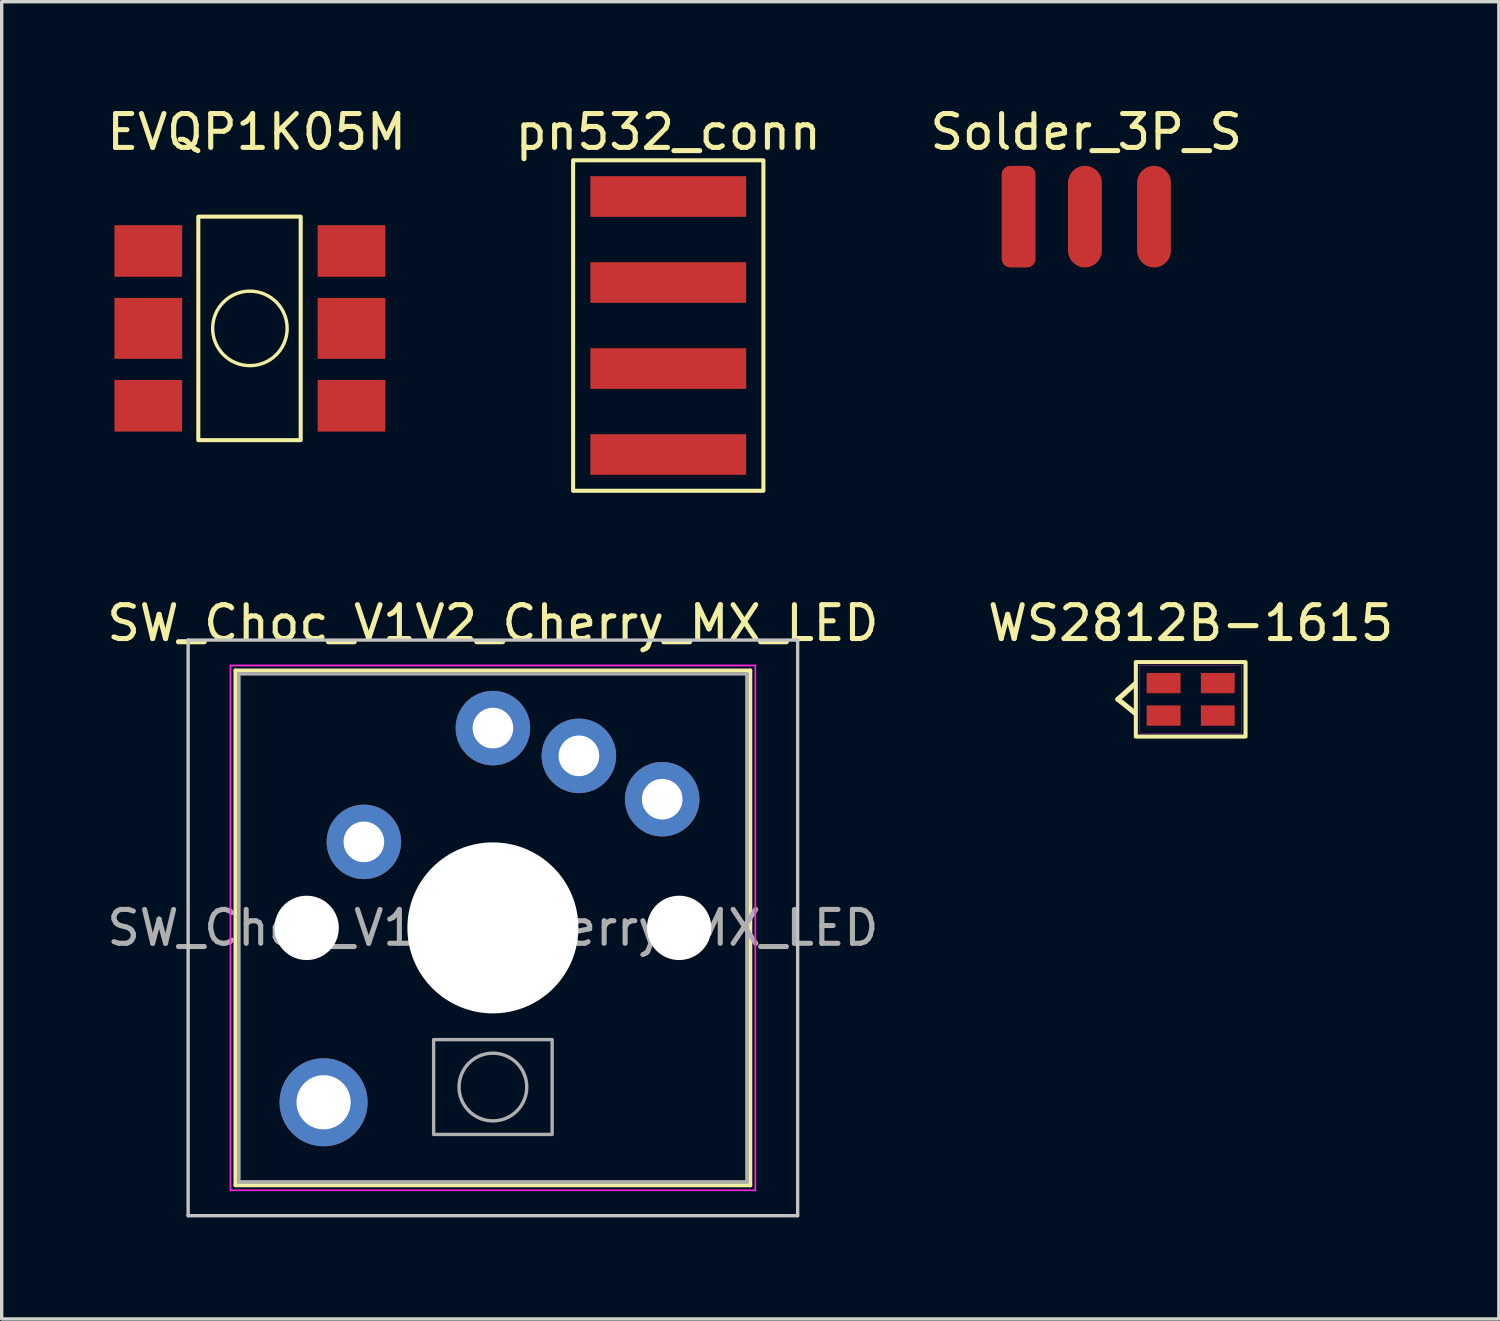
<source format=kicad_pcb>
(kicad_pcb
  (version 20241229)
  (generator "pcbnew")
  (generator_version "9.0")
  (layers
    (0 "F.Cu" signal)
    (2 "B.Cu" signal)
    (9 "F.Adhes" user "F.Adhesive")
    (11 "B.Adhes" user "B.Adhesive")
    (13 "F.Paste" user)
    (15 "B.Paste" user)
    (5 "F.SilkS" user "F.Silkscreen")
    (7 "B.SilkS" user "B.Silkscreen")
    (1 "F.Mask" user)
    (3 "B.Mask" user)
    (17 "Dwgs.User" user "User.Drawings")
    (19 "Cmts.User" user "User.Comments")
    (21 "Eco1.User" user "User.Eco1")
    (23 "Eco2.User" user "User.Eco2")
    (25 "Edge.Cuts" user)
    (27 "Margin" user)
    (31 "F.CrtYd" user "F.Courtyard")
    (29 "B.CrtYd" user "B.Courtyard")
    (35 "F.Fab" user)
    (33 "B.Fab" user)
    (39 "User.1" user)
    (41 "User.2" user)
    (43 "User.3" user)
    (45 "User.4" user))
  (footprint "SW_Choc_V1V2_Cherry_MX_LED"
    (layer "F.Cu")
    (at 11.506 24.352)
    (property "Reference" "SW_Choc_V1V2_Cherry_MX_LED" (at 0 -9 0) (layer "F.SilkS") (effects (font (size 1 1) (thickness 0.15))))
    (attr through_hole)
    (fp_line (start -7.6 -7.6) (end -7.6 7.6) (stroke (width 0.12) (type solid)) (layer "F.SilkS"))
    (fp_line (start -7.6 7.6) (end 7.6 7.6) (stroke (width 0.12) (type solid)) (layer "F.SilkS"))
    (fp_line (start 7.6 -7.6) (end -7.6 -7.6) (stroke (width 0.12) (type solid)) (layer "F.SilkS"))
    (fp_line (start 7.6 7.6) (end 7.6 -7.6) (stroke (width 0.12) (type solid)) (layer "F.SilkS"))
    (fp_line (start -9 -8.5) (end -9 8.5) (stroke (width 0.1) (type solid)) (layer "Dwgs.User"))
    (fp_line (start -9 8.5) (end 9 8.5) (stroke (width 0.1) (type solid)) (layer "Dwgs.User"))
    (fp_line (start 9 -8.5) (end -9 -8.5) (stroke (width 0.1) (type solid)) (layer "Dwgs.User"))
    (fp_line (start 9 8.5) (end 9 -8.5) (stroke (width 0.1) (type solid)) (layer "Dwgs.User"))
    (fp_line (start -7.25 -7.25) (end -7.25 7.25) (stroke (width 0.1) (type solid)) (layer "Eco1.User"))
    (fp_line (start -7.25 7.25) (end 7.25 7.25) (stroke (width 0.1) (type solid)) (layer "Eco1.User"))
    (fp_line (start 7.25 -7.25) (end -7.25 -7.25) (stroke (width 0.1) (type solid)) (layer "Eco1.User"))
    (fp_line (start 7.25 7.25) (end 7.25 -7.25) (stroke (width 0.1) (type solid)) (layer "Eco1.User"))
    (fp_line (start -7.75 -7.75) (end -7.75 7.75) (stroke (width 0.05) (type solid)) (layer "F.CrtYd"))
    (fp_line (start -7.75 7.75) (end 7.75 7.75) (stroke (width 0.05) (type solid)) (layer "F.CrtYd"))
    (fp_line (start 7.75 -7.75) (end -7.75 -7.75) (stroke (width 0.05) (type solid)) (layer "F.CrtYd"))
    (fp_line (start 7.75 7.75) (end 7.75 -7.75) (stroke (width 0.05) (type solid)) (layer "F.CrtYd"))
    (fp_line (start -7.5 -7.5) (end -7.5 7.5) (stroke (width 0.1) (type solid)) (layer "F.Fab"))
    (fp_line (start -7.5 7.5) (end 7.5 7.5) (stroke (width 0.1) (type solid)) (layer "F.Fab"))
    (fp_line (start 7.5 -7.5) (end -7.5 -7.5) (stroke (width 0.1) (type solid)) (layer "F.Fab"))
    (fp_line (start 7.5 7.5) (end 7.5 -7.5) (stroke (width 0.1) (type solid)) (layer "F.Fab"))
    (fp_rect (start -1.75 3.3) (end 1.75 6.1) (stroke (width 0.1) (type solid)) (fill no) (layer "F.Fab"))
    (fp_circle (center 0 4.7) (end 1 4.7) (stroke (width 0.1) (type solid)) (fill no) (layer "F.Fab"))
    (fp_text user "${REFERENCE}" (at 0 0 0) (layer "F.Fab") (effects (font (size 1 1) (thickness 0.15))))
    (pad "" np_thru_hole circle (at -5.5 0) (size 1.9 1.9) (drill 1.9) (layers "*.Cu" "*.Mask"))
    (pad "" smd circle (at -5 5.15) (size 1.65 1.65) (layers "F.Mask"))
    (pad "" thru_hole circle (at -5 5.15) (size 2.6 2.6) (drill 1.6) (layers "*.Cu" "B.Mask"))
    (pad "" smd circle (at 0 -5.9) (size 1.25 1.25) (layers "F.Mask"))
    (pad "" np_thru_hole circle (at 0 0) (size 5.05 5.05) (drill 5.05) (layers "*.Cu" "*.Mask"))
    (pad "" smd circle (at 5 -3.8) (size 1.25 1.25) (layers "F.Mask"))
    (pad "" np_thru_hole circle (at 5.5 0) (size 1.9 1.9) (drill 1.9) (layers "*.Cu" "*.Mask"))
    (pad "1" thru_hole circle (at -3.81 -2.54) (size 2.2 2.2) (drill 1.2) (layers "*.Cu" "B.Mask"))
    (pad "1" thru_hole circle (at 0 -5.9) (size 2.2 2.2) (drill 1.2) (layers "*.Cu" "B.Mask"))
    (pad "2" thru_hole circle (at 2.54 -5.08) (size 2.2 2.2) (drill 1.2) (layers "*.Cu" "B.Mask"))
    (pad "2" thru_hole circle (at 5 -3.8) (size 2.2 2.2) (drill 1.2) (layers "*.Cu" "B.Mask")))
  (footprint "pn532_conn"
    (layer "F.Cu")
    (at 16.685 6.563)
    (property "Reference" "pn532_conn" (at 0 -5.715 0) (layer "F.SilkS") (effects (font (size 1 1) (thickness 0.15))))
    (attr smd)
    (fp_rect (start -2.81 -4.88) (end 2.81 4.88) (stroke (width 0.12) (type solid)) (fill no) (layer "F.SilkS"))
    (pad "1" smd rect (at 0 -3.81) (size 4.6 1.2) (layers "F.Cu" "F.Mask" "F.Paste"))
    (pad "2" smd rect (at 0 -1.27) (size 4.6 1.2) (layers "F.Cu" "F.Mask" "F.Paste"))
    (pad "3" smd rect (at 0 1.27) (size 4.6 1.2) (layers "F.Cu" "F.Mask" "F.Paste"))
    (pad "4" smd rect (at 0 3.81) (size 4.6 1.2) (layers "F.Cu" "F.Mask" "F.Paste")))
  (footprint "Solder_3P_S"
    (layer "F.Cu")
    (at 29.03 3.348)
    (property "Reference" "Solder_3P_S" (at 0 -2.5 0) (layer "F.SilkS") (effects (font (size 1 1) (thickness 0.15))))
    (attr smd)
    (pad "1" smd roundrect (at -2 0 90) (size 3 1) (layers "F.Cu" "F.Mask" "F.Paste") (roundrect_rratio 0.25))
    (pad "2" smd oval (at -0.04 0 90) (size 3 1) (layers "F.Cu" "F.Mask" "F.Paste"))
    (pad "3" smd oval (at 2 0 90) (size 3 1) (layers "F.Cu" "F.Mask" "F.Paste")))
  (footprint "WS2812B-1615"
    (layer "F.Cu")
    (at 32.113 17.602)
    (property "Reference" "WS2812B-1615" (at 0 -2.25 0) (layer "F.SilkS") (effects (font (size 1 1) (thickness 0.15))))
    (attr smd)
    (fp_line (start -2.15 0) (end -1.65 -0.45) (stroke (width 0.15) (type solid)) (layer "F.SilkS"))
    (fp_line (start -2.15 0) (end -1.65 0.4) (stroke (width 0.15) (type solid)) (layer "F.SilkS"))
    (fp_rect (start -1.62 -1.1) (end 1.62 1.1) (stroke (width 0.12) (type solid)) (fill no) (layer "F.SilkS"))
    (fp_line (start -1.5 -1) (end 1.5 -1) (stroke (width 0.01) (type solid)) (layer "F.CrtYd"))
    (fp_line (start -1.5 1) (end -1.5 -1) (stroke (width 0.01) (type solid)) (layer "F.CrtYd"))
    (fp_line (start 1.5 -1) (end 1.5 1) (stroke (width 0.01) (type solid)) (layer "F.CrtYd"))
    (fp_line (start 1.5 1) (end -1.5 1) (stroke (width 0.01) (type solid)) (layer "F.CrtYd"))
    (pad "G" smd rect (at -0.8 0.48) (size 1 0.6) (layers "F.Cu" "F.Mask" "F.Paste"))
    (pad "I" smd rect (at 0.8 0.48) (size 1 0.6) (layers "F.Cu" "F.Mask" "F.Paste"))
    (pad "O" smd rect (at -0.8 -0.48) (size 1 0.6) (layers "F.Cu" "F.Mask" "F.Paste"))
    (pad "V" smd rect (at 0.8 -0.48) (size 1 0.6) (layers "F.Cu" "F.Mask" "F.Paste")))
  (footprint "EVQP1K05M"
    (layer "F.Cu")
    (at 4.33 6.648)
    (property "Reference" "EVQP1K05M" (at 0.2 -5.8 0) (layer "F.SilkS") (effects (font (size 1 1) (thickness 0.15))))
    (attr smd)
    (fp_rect (start -1.524 -3.3) (end 1.5 3.3) (stroke (width 0.12) (type solid)) (fill no) (layer "F.SilkS"))
    (fp_circle (center 0 0) (end 1.1 0) (stroke (width 0.1) (type solid)) (fill no) (layer "F.SilkS"))
    (pad "1" smd rect (at -3 -2.286 180) (size 2 1.524) (layers "F.Cu" "F.Mask" "F.Paste"))
    (pad "1" smd rect (at -3 0 180) (size 2 1.8) (layers "F.Cu" "F.Mask" "F.Paste"))
    (pad "1" smd rect (at 3 -2.286 180) (size 2 1.524) (layers "F.Cu" "F.Mask" "F.Paste"))
    (pad "2" smd rect (at -3 2.286 180) (size 2 1.524) (layers "F.Cu" "F.Mask" "F.Paste"))
    (pad "2" smd rect (at 3 0 180) (size 2 1.8) (layers "F.Cu" "F.Mask" "F.Paste"))
    (pad "2" smd rect (at 3 2.286 180) (size 2 1.524) (layers "F.Cu" "F.Mask" "F.Paste")))
  (gr_rect
    (start -3 -3)
    (end 41.214 35.901)
    (stroke (width 0.1) (type default))
    (fill no)
    (layer "Edge.Cuts")))
</source>
